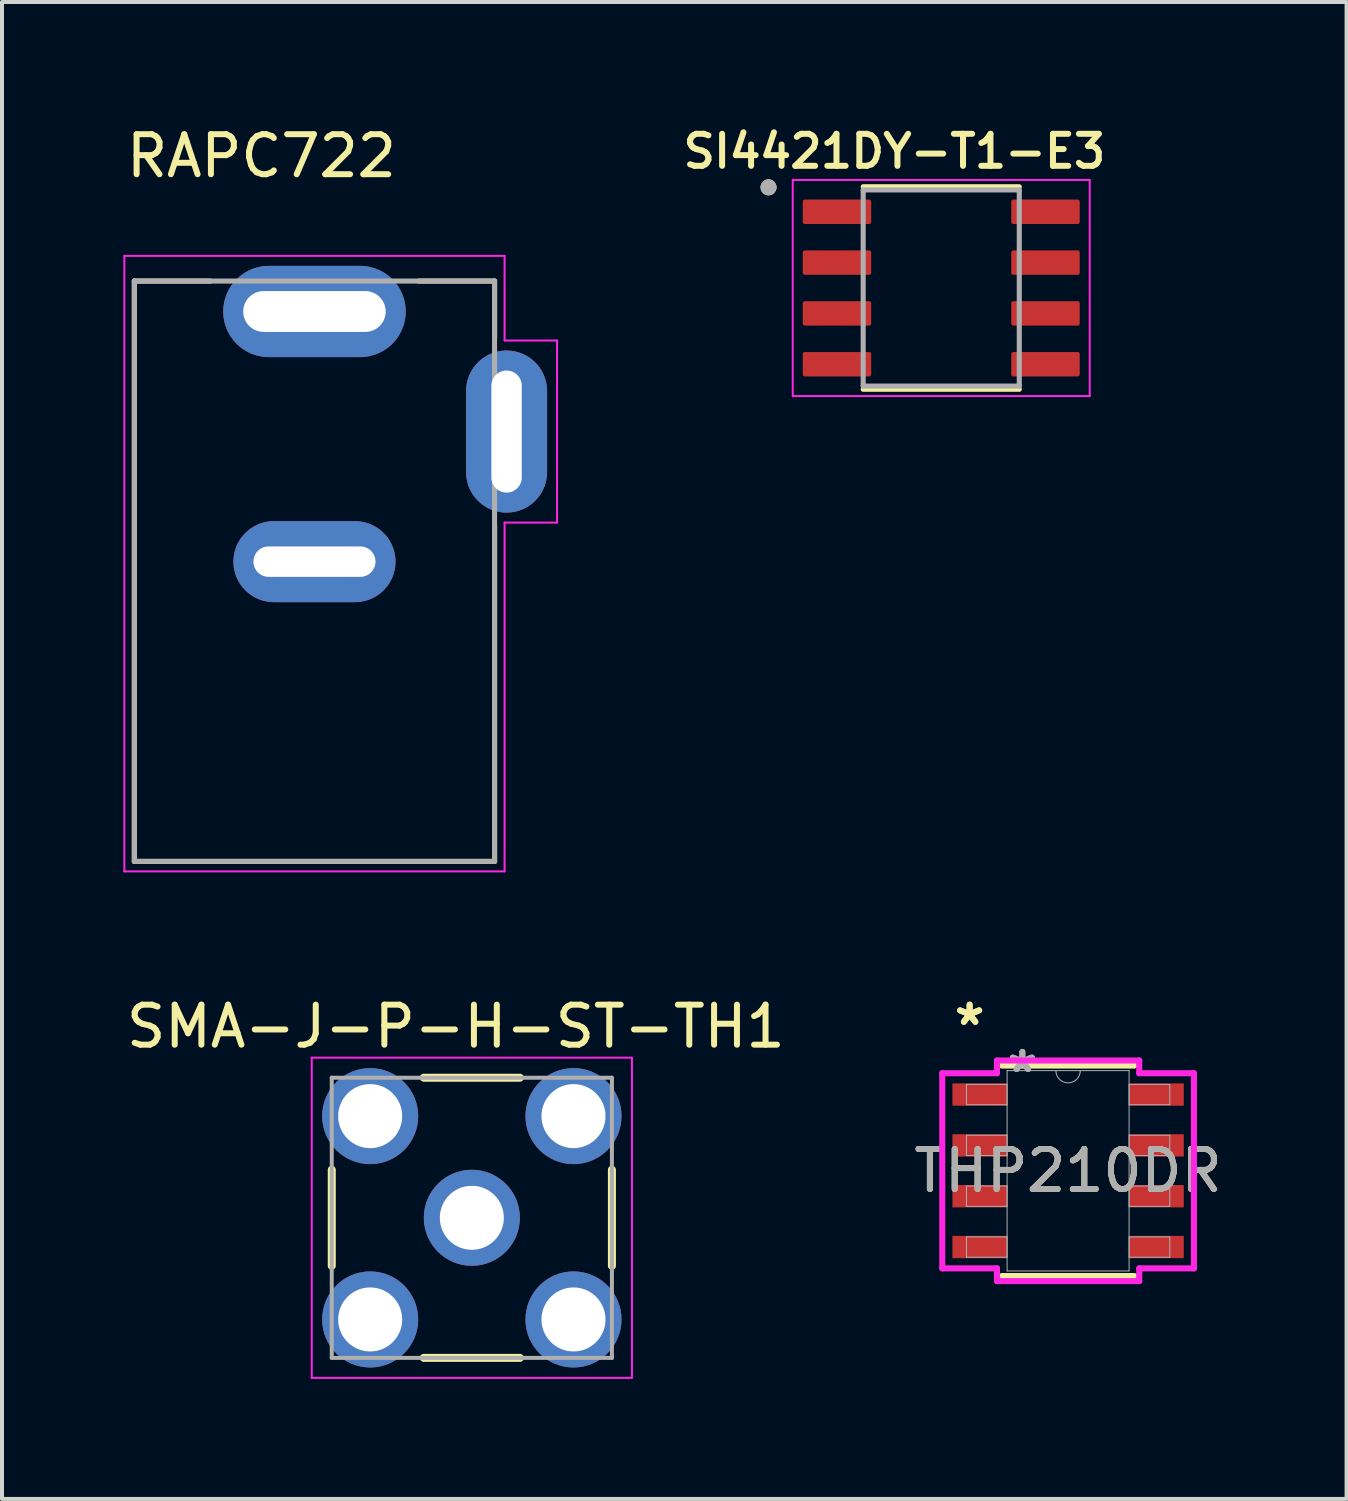
<source format=kicad_pcb>
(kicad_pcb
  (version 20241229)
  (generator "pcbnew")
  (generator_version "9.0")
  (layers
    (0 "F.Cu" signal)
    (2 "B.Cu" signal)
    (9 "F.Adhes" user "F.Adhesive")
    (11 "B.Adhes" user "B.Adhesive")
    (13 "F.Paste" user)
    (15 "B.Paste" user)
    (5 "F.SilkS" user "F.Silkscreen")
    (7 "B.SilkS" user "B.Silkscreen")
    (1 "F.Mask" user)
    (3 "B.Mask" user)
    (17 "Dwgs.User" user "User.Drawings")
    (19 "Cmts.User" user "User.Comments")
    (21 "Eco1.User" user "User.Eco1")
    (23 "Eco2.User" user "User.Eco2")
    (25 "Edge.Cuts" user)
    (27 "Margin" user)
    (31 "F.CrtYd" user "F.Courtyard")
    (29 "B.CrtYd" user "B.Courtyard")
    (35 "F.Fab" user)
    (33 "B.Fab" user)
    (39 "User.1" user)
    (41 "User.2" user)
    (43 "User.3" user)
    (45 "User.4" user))
  (footprint "SI4421DY-T1-E3"
    (layer "F.Cu")
    (at 20.467 4.146)
    (property "Reference" "SI4421DY-T1-E3" (at -1.17 -3.415 0) (layer "F.SilkS") (effects (font (size 0.8 0.8) (thickness 0.15))))
    (attr smd)
    (fp_line (start -1.95 -2.53) (end 1.95 -2.53) (stroke (width 0.127) (type solid)) (layer "F.SilkS"))
    (fp_line (start -1.95 2.53) (end 1.95 2.53) (stroke (width 0.127) (type solid)) (layer "F.SilkS"))
    (fp_circle (center -4.315 -2.515) (end -4.215 -2.515) (stroke (width 0.2) (type solid)) (fill no) (layer "F.SilkS"))
    (fp_line (start -3.71 -2.7) (end -3.71 2.7) (stroke (width 0.05) (type solid)) (layer "F.CrtYd"))
    (fp_line (start -3.71 -2.7) (end 3.71 -2.7) (stroke (width 0.05) (type solid)) (layer "F.CrtYd"))
    (fp_line (start -3.71 2.7) (end 3.71 2.7) (stroke (width 0.05) (type solid)) (layer "F.CrtYd"))
    (fp_line (start 3.71 -2.7) (end 3.71 2.7) (stroke (width 0.05) (type solid)) (layer "F.CrtYd"))
    (fp_line (start -1.95 -2.45) (end -1.95 2.45) (stroke (width 0.127) (type solid)) (layer "F.Fab"))
    (fp_line (start -1.95 -2.45) (end 1.95 -2.45) (stroke (width 0.127) (type solid)) (layer "F.Fab"))
    (fp_line (start -1.95 2.45) (end 1.95 2.45) (stroke (width 0.127) (type solid)) (layer "F.Fab"))
    (fp_line (start 1.95 -2.45) (end 1.95 2.45) (stroke (width 0.127) (type solid)) (layer "F.Fab"))
    (fp_circle (center -4.315 -2.515) (end -4.215 -2.515) (stroke (width 0.2) (type solid)) (fill no) (layer "F.Fab"))
    (pad "1" smd roundrect (at -2.605 -1.905) (size 1.71 0.61) (layers "F.Cu" "F.Mask" "F.Paste") (roundrect_rratio 0.08))
    (pad "2" smd roundrect (at -2.605 -0.635) (size 1.71 0.61) (layers "F.Cu" "F.Mask" "F.Paste") (roundrect_rratio 0.08))
    (pad "3" smd roundrect (at -2.605 0.635) (size 1.71 0.61) (layers "F.Cu" "F.Mask" "F.Paste") (roundrect_rratio 0.08))
    (pad "4" smd roundrect (at -2.605 1.905) (size 1.71 0.61) (layers "F.Cu" "F.Mask" "F.Paste") (roundrect_rratio 0.08))
    (pad "5" smd roundrect (at 2.605 1.905) (size 1.71 0.61) (layers "F.Cu" "F.Mask" "F.Paste") (roundrect_rratio 0.08))
    (pad "6" smd roundrect (at 2.605 0.635) (size 1.71 0.61) (layers "F.Cu" "F.Mask" "F.Paste") (roundrect_rratio 0.08))
    (pad "7" smd roundrect (at 2.605 -0.635) (size 1.71 0.61) (layers "F.Cu" "F.Mask" "F.Paste") (roundrect_rratio 0.08))
    (pad "8" smd roundrect (at 2.605 -1.905) (size 1.71 0.61) (layers "F.Cu" "F.Mask" "F.Paste") (roundrect_rratio 0.08)))
  (footprint "RAPC722"
    (layer "F.Cu")
    (at 4.807 10.983)
    (property "Reference" "RAPC722" (at -1.325 -10.135 0) (layer "F.SilkS") (effects (font (size 1 1) (thickness 0.15))))
    (attr through_hole)
    (fp_line (start -4.5 -7.01) (end -4.5 7.49) (stroke (width 0.127) (type solid)) (layer "F.SilkS"))
    (fp_line (start -4.5 7.49) (end 4.5 7.49) (stroke (width 0.127) (type solid)) (layer "F.SilkS"))
    (fp_line (start -2.6 -7.01) (end -4.5 -7.01) (stroke (width 0.127) (type solid)) (layer "F.SilkS"))
    (fp_line (start 4.5 -7.01) (end 2.6 -7.01) (stroke (width 0.127) (type solid)) (layer "F.SilkS"))
    (fp_line (start 4.5 -5.595) (end 4.5 -7.01) (stroke (width 0.127) (type solid)) (layer "F.SilkS"))
    (fp_line (start 4.5 7.49) (end 4.5 -0.905) (stroke (width 0.127) (type solid)) (layer "F.SilkS"))
    (fp_line (start -4.75 -7.64) (end -4.75 7.74) (stroke (width 0.05) (type solid)) (layer "F.CrtYd"))
    (fp_line (start -4.75 7.74) (end 4.75 7.74) (stroke (width 0.05) (type solid)) (layer "F.CrtYd"))
    (fp_line (start 4.75 -7.64) (end -4.75 -7.64) (stroke (width 0.05) (type solid)) (layer "F.CrtYd"))
    (fp_line (start 4.75 -5.525) (end 4.75 -7.64) (stroke (width 0.05) (type solid)) (layer "F.CrtYd"))
    (fp_line (start 4.75 -0.975) (end 6.062 -0.975) (stroke (width 0.05) (type solid)) (layer "F.CrtYd"))
    (fp_line (start 4.75 7.74) (end 4.75 -0.975) (stroke (width 0.05) (type solid)) (layer "F.CrtYd"))
    (fp_line (start 6.062 -5.525) (end 4.75 -5.525) (stroke (width 0.05) (type solid)) (layer "F.CrtYd"))
    (fp_line (start 6.062 -0.975) (end 6.062 -5.525) (stroke (width 0.05) (type solid)) (layer "F.CrtYd"))
    (fp_line (start -4.5 -7.01) (end -4.5 7.49) (stroke (width 0.127) (type solid)) (layer "F.Fab"))
    (fp_line (start -4.5 7.49) (end 4.5 7.49) (stroke (width 0.127) (type solid)) (layer "F.Fab"))
    (fp_line (start 4.5 -7.01) (end -4.5 -7.01) (stroke (width 0.127) (type solid)) (layer "F.Fab"))
    (fp_line (start 4.5 7.49) (end 4.5 -7.01) (stroke (width 0.127) (type solid)) (layer "F.Fab"))
    (pad "PIN" thru_hole oval (at 0 -6.25) (size 4.56 2.28) (drill oval 3.56 1.02) (layers "*.Cu" "*.Mask"))
    (pad "SHUNT" thru_hole oval (at 4.8 -3.25) (size 2.025 4.05) (drill oval 0.76 3.05) (layers "*.Cu" "*.Mask"))
    (pad "SLEEVE" thru_hole oval (at 0 0) (size 4.05 2.025) (drill oval 3.05 0.76) (layers "*.Cu" "*.Mask")))
  (footprint "THP210DR"
    (layer "F.Cu")
    (at 23.637 26.203)
    (property "Reference" "THP210DR" (at 0 0 0) (unlocked yes) (layer "F.SilkS") (effects (font (size 1 1) (thickness 0.15))))
    (attr smd)
    (fp_line (start -1.651 2.629) (end 1.651 2.629) (stroke (width 0.152) (type solid)) (layer "F.SilkS"))
    (fp_line (start 1.651 -2.629) (end -1.651 -2.629) (stroke (width 0.152) (type solid)) (layer "F.SilkS"))
    (fp_line (start -3.144 -2.438) (end -1.778 -2.438) (stroke (width 0.152) (type solid)) (layer "F.CrtYd"))
    (fp_line (start -3.144 2.438) (end -3.144 -2.438) (stroke (width 0.152) (type solid)) (layer "F.CrtYd"))
    (fp_line (start -3.144 2.438) (end -1.778 2.438) (stroke (width 0.152) (type solid)) (layer "F.CrtYd"))
    (fp_line (start -1.778 -2.756) (end 1.778 -2.756) (stroke (width 0.152) (type solid)) (layer "F.CrtYd"))
    (fp_line (start -1.778 -2.438) (end -1.778 -2.756) (stroke (width 0.152) (type solid)) (layer "F.CrtYd"))
    (fp_line (start -1.778 2.756) (end -1.778 2.438) (stroke (width 0.152) (type solid)) (layer "F.CrtYd"))
    (fp_line (start 1.778 -2.756) (end 1.778 -2.438) (stroke (width 0.152) (type solid)) (layer "F.CrtYd"))
    (fp_line (start 1.778 2.438) (end 1.778 2.756) (stroke (width 0.152) (type solid)) (layer "F.CrtYd"))
    (fp_line (start 1.778 2.756) (end -1.778 2.756) (stroke (width 0.152) (type solid)) (layer "F.CrtYd"))
    (fp_line (start 3.144 -2.438) (end 1.778 -2.438) (stroke (width 0.152) (type solid)) (layer "F.CrtYd"))
    (fp_line (start 3.144 -2.438) (end 3.144 2.438) (stroke (width 0.152) (type solid)) (layer "F.CrtYd"))
    (fp_line (start 3.144 2.438) (end 1.778 2.438) (stroke (width 0.152) (type solid)) (layer "F.CrtYd"))
    (fp_line (start -2.54 -2.159) (end -2.54 -1.651) (stroke (width 0.025) (type solid)) (layer "F.Fab"))
    (fp_line (start -2.54 -1.651) (end -1.524 -1.651) (stroke (width 0.025) (type solid)) (layer "F.Fab"))
    (fp_line (start -2.54 -0.889) (end -2.54 -0.381) (stroke (width 0.025) (type solid)) (layer "F.Fab"))
    (fp_line (start -2.54 -0.381) (end -1.524 -0.381) (stroke (width 0.025) (type solid)) (layer "F.Fab"))
    (fp_line (start -2.54 0.381) (end -2.54 0.889) (stroke (width 0.025) (type solid)) (layer "F.Fab"))
    (fp_line (start -2.54 0.889) (end -1.524 0.889) (stroke (width 0.025) (type solid)) (layer "F.Fab"))
    (fp_line (start -2.54 1.651) (end -2.54 2.159) (stroke (width 0.025) (type solid)) (layer "F.Fab"))
    (fp_line (start -2.54 2.159) (end -1.524 2.159) (stroke (width 0.025) (type solid)) (layer "F.Fab"))
    (fp_line (start -1.524 -2.502) (end -1.524 2.502) (stroke (width 0.025) (type solid)) (layer "F.Fab"))
    (fp_line (start -1.524 -2.159) (end -2.54 -2.159) (stroke (width 0.025) (type solid)) (layer "F.Fab"))
    (fp_line (start -1.524 -1.651) (end -1.524 -2.159) (stroke (width 0.025) (type solid)) (layer "F.Fab"))
    (fp_line (start -1.524 -0.889) (end -2.54 -0.889) (stroke (width 0.025) (type solid)) (layer "F.Fab"))
    (fp_line (start -1.524 -0.381) (end -1.524 -0.889) (stroke (width 0.025) (type solid)) (layer "F.Fab"))
    (fp_line (start -1.524 0.381) (end -2.54 0.381) (stroke (width 0.025) (type solid)) (layer "F.Fab"))
    (fp_line (start -1.524 0.889) (end -1.524 0.381) (stroke (width 0.025) (type solid)) (layer "F.Fab"))
    (fp_line (start -1.524 1.651) (end -2.54 1.651) (stroke (width 0.025) (type solid)) (layer "F.Fab"))
    (fp_line (start -1.524 2.159) (end -1.524 1.651) (stroke (width 0.025) (type solid)) (layer "F.Fab"))
    (fp_line (start -1.524 2.502) (end 1.524 2.502) (stroke (width 0.025) (type solid)) (layer "F.Fab"))
    (fp_line (start 1.524 -2.502) (end -1.524 -2.502) (stroke (width 0.025) (type solid)) (layer "F.Fab"))
    (fp_line (start 1.524 -2.159) (end 1.524 -1.651) (stroke (width 0.025) (type solid)) (layer "F.Fab"))
    (fp_line (start 1.524 -1.651) (end 2.54 -1.651) (stroke (width 0.025) (type solid)) (layer "F.Fab"))
    (fp_line (start 1.524 -0.889) (end 1.524 -0.381) (stroke (width 0.025) (type solid)) (layer "F.Fab"))
    (fp_line (start 1.524 -0.381) (end 2.54 -0.381) (stroke (width 0.025) (type solid)) (layer "F.Fab"))
    (fp_line (start 1.524 0.381) (end 1.524 0.889) (stroke (width 0.025) (type solid)) (layer "F.Fab"))
    (fp_line (start 1.524 0.889) (end 2.54 0.889) (stroke (width 0.025) (type solid)) (layer "F.Fab"))
    (fp_line (start 1.524 1.651) (end 1.524 2.159) (stroke (width 0.025) (type solid)) (layer "F.Fab"))
    (fp_line (start 1.524 2.159) (end 2.54 2.159) (stroke (width 0.025) (type solid)) (layer "F.Fab"))
    (fp_line (start 1.524 2.502) (end 1.524 -2.502) (stroke (width 0.025) (type solid)) (layer "F.Fab"))
    (fp_line (start 2.54 -2.159) (end 1.524 -2.159) (stroke (width 0.025) (type solid)) (layer "F.Fab"))
    (fp_line (start 2.54 -1.651) (end 2.54 -2.159) (stroke (width 0.025) (type solid)) (layer "F.Fab"))
    (fp_line (start 2.54 -0.889) (end 1.524 -0.889) (stroke (width 0.025) (type solid)) (layer "F.Fab"))
    (fp_line (start 2.54 -0.381) (end 2.54 -0.889) (stroke (width 0.025) (type solid)) (layer "F.Fab"))
    (fp_line (start 2.54 0.381) (end 1.524 0.381) (stroke (width 0.025) (type solid)) (layer "F.Fab"))
    (fp_line (start 2.54 0.889) (end 2.54 0.381) (stroke (width 0.025) (type solid)) (layer "F.Fab"))
    (fp_line (start 2.54 1.651) (end 1.524 1.651) (stroke (width 0.025) (type solid)) (layer "F.Fab"))
    (fp_line (start 2.54 2.159) (end 2.54 1.651) (stroke (width 0.025) (type solid)) (layer "F.Fab"))
    (fp_arc (start 0.3048 -2.5019) (mid 0 -2.1971) (end -0.3048 -2.5019) (stroke (width 0.0254) (type solid)) (layer "F.Fab"))
    (fp_text user "*" (at -2.461 -3.606 0) (unlocked yes) (layer "F.SilkS") (effects (font (size 1 1) (thickness 0.15))))
    (fp_text user "*" (at -2.461 -3.606 0) (layer "F.SilkS") (effects (font (size 1 1) (thickness 0.15))))
    (fp_text user "*" (at -1.143 -2.426 0) (unlocked yes) (layer "F.Fab") (effects (font (size 1 1) (thickness 0.15))))
    (fp_text user "${REFERENCE}" (at 0 0 0) (unlocked yes) (layer "F.Fab") (effects (font (size 1 1) (thickness 0.15))))
    (fp_text user "*" (at -1.143 -2.426 0) (layer "F.Fab") (effects (font (size 1 1) (thickness 0.15))))
    (pad "1" smd rect (at -2.207 -1.905) (size 1.366 0.558) (layers "F.Cu" "F.Mask" "F.Paste"))
    (pad "2" smd rect (at -2.207 -0.635) (size 1.366 0.558) (layers "F.Cu" "F.Mask" "F.Paste"))
    (pad "3" smd rect (at -2.207 0.635) (size 1.366 0.558) (layers "F.Cu" "F.Mask" "F.Paste"))
    (pad "4" smd rect (at -2.207 1.905) (size 1.366 0.558) (layers "F.Cu" "F.Mask" "F.Paste"))
    (pad "5" smd rect (at 2.207 1.905) (size 1.366 0.558) (layers "F.Cu" "F.Mask" "F.Paste"))
    (pad "6" smd rect (at 2.207 0.635) (size 1.366 0.558) (layers "F.Cu" "F.Mask" "F.Paste"))
    (pad "7" smd rect (at 2.207 -0.635) (size 1.366 0.558) (layers "F.Cu" "F.Mask" "F.Paste"))
    (pad "8" smd rect (at 2.207 -1.905) (size 1.366 0.558) (layers "F.Cu" "F.Mask" "F.Paste")))
  (footprint "SMA-J-P-H-ST-TH1"
    (layer "F.Cu")
    (at 8.739 27.377)
    (property "Reference" "SMA-J-P-H-ST-TH1" (at -0.4 -4.78 0) (layer "F.SilkS") (effects (font (size 1 1) (thickness 0.15))))
    (attr through_hole)
    (fp_line (start -3.5 1.2) (end -3.5 -1.2) (stroke (width 0.2) (type solid)) (layer "F.SilkS"))
    (fp_line (start -1.2 -3.5) (end 1.2 -3.5) (stroke (width 0.2) (type solid)) (layer "F.SilkS"))
    (fp_line (start 1.2 3.5) (end -1.2 3.5) (stroke (width 0.2) (type solid)) (layer "F.SilkS"))
    (fp_line (start 3.5 1.2) (end 3.5 -1.2) (stroke (width 0.2) (type solid)) (layer "F.SilkS"))
    (fp_line (start -4 -4) (end -4 4) (stroke (width 0.05) (type solid)) (layer "F.CrtYd"))
    (fp_line (start -4 -4) (end 4 -4) (stroke (width 0.05) (type solid)) (layer "F.CrtYd"))
    (fp_line (start 4 -4) (end 4 4) (stroke (width 0.05) (type solid)) (layer "F.CrtYd"))
    (fp_line (start 4 4) (end -4 4) (stroke (width 0.05) (type solid)) (layer "F.CrtYd"))
    (fp_line (start -3.5 -3.5) (end 3.5 -3.5) (stroke (width 0.1) (type solid)) (layer "F.Fab"))
    (fp_line (start -3.5 3.5) (end -3.5 -3.5) (stroke (width 0.1) (type solid)) (layer "F.Fab"))
    (fp_line (start 3.5 -3.5) (end 3.5 3.5) (stroke (width 0.1) (type solid)) (layer "F.Fab"))
    (fp_line (start 3.5 3.5) (end -3.5 3.5) (stroke (width 0.1) (type solid)) (layer "F.Fab"))
    (pad "1" thru_hole circle (at 0 0) (size 2.4 2.4) (drill 1.6) (layers "*.Cu" "*.Mask"))
    (pad "2" thru_hole circle (at 2.54 2.54) (size 2.4 2.4) (drill 1.6) (layers "*.Cu" "*.Mask"))
    (pad "3" thru_hole circle (at 2.54 -2.54) (size 2.4 2.4) (drill 1.6) (layers "*.Cu" "*.Mask"))
    (pad "4" thru_hole circle (at -2.54 -2.54) (size 2.4 2.4) (drill 1.6) (layers "*.Cu" "*.Mask"))
    (pad "5" thru_hole circle (at -2.54 2.54) (size 2.4 2.4) (drill 1.6) (layers "*.Cu" "*.Mask")))
  (gr_rect
    (start -3 -3)
    (end 30.595 34.402)
    (stroke (width 0.1) (type default))
    (fill no)
    (layer "Edge.Cuts")))
</source>
